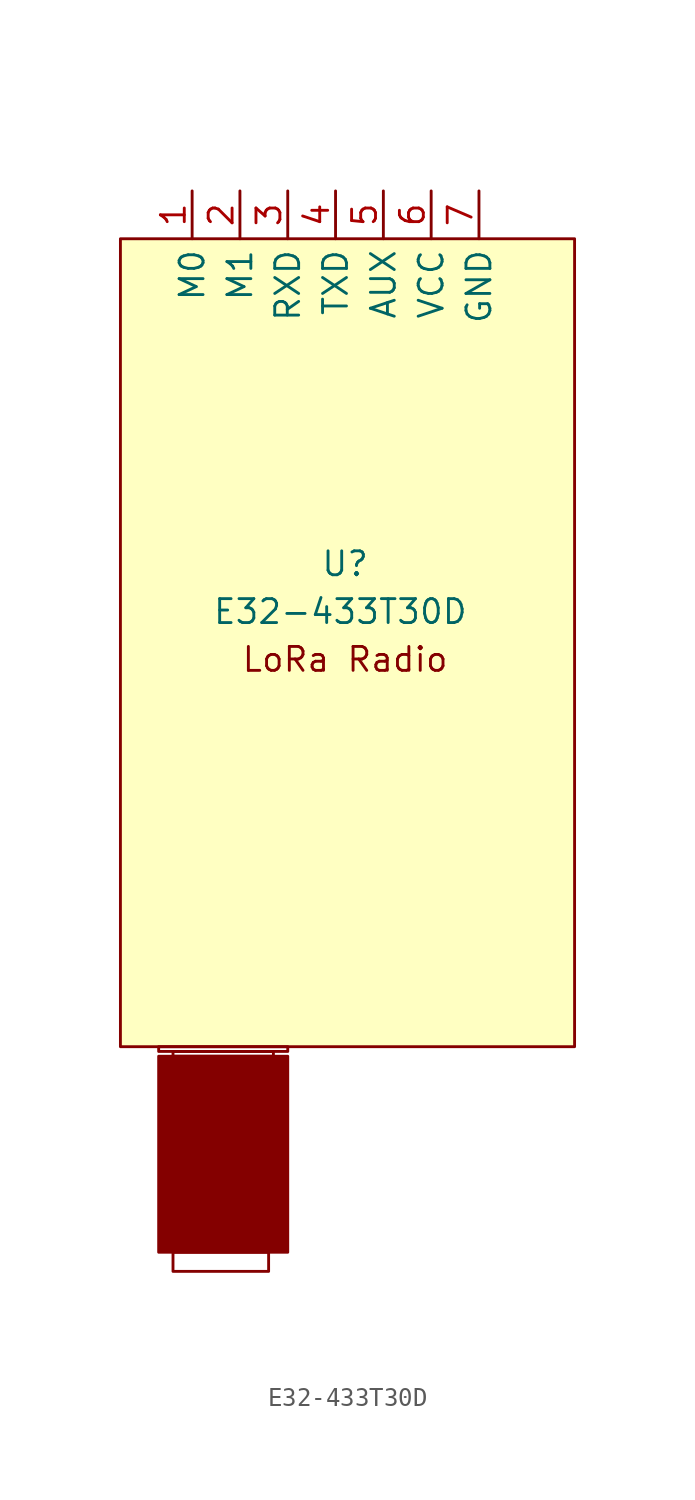
<source format=kicad_sym>
(kicad_symbol_lib
  (version 20220914)
  (generator kicad_symbol_editor)
  (symbol "E32-433T30D"
    (property "Reference" "U"
      (at 0.508 6.35 0)
      (effects (font (size 1.27 1.27))))
    (property "Value" "E32-433T30D"
      (at 0.254 3.81 0)
      (effects (font (size 1.27 1.27))))
    (symbol "E32-433T30D_0_0"
      (pin input line (at -7.62 26.162 270) (length 2.54) (name "M0" (effects (font (size 1.27 1.27)))) (number "1" (effects (font (size 1.27 1.27)))))
      (pin input line (at -5.08 26.162 270) (length 2.54) (name "M1" (effects (font (size 1.27 1.27)))) (number "2" (effects (font (size 1.27 1.27)))))
      (pin input line (at -2.54 26.162 270) (length 2.54) (name "RXD" (effects (font (size 1.27 1.27)))) (number "3" (effects (font (size 1.27 1.27)))))
      (pin output line (at 0 26.162 270) (length 2.54) (name "TXD" (effects (font (size 1.27 1.27)))) (number "4" (effects (font (size 1.27 1.27)))))
      (pin output line (at 2.54 26.162 270) (length 2.54) (name "AUX" (effects (font (size 1.27 1.27)))) (number "5" (effects (font (size 1.27 1.27)))))
      (pin input line (at 5.08 26.162 270) (length 2.54) (name "VCC" (effects (font (size 1.27 1.27)))) (number "6" (effects (font (size 1.27 1.27)))))
      (pin input line (at 7.62 26.162 270) (length 2.54) (name "GND" (effects (font (size 1.27 1.27)))) (number "7" (effects (font (size 1.27 1.27))))))
    (symbol "E32-433T30D_1_1"
      (rectangle (start -11.43 23.622) (end 12.7 -19.304) (stroke (width 0) (type default)) (fill (type background)))
      (rectangle (start -9.398 -19.812) (end -2.54 -30.226) (stroke (width 0) (type default)) (fill (type outline)))
      (rectangle (start -9.398 -19.304) (end -2.54 -19.558) (stroke (width 0) (type default)) (fill (type none)))
      (rectangle (start -8.636 -30.226) (end -3.556 -31.242) (stroke (width 0) (type default)) (fill (type none)))
      (rectangle (start -8.636 -19.558) (end -3.302 -19.812) (stroke (width 0) (type default)) (fill (type none)))
      (text "LoRa Radio\n" (at 0.508 1.27 0) (effects (font (size 1.27 1.27)))))))
</source>
